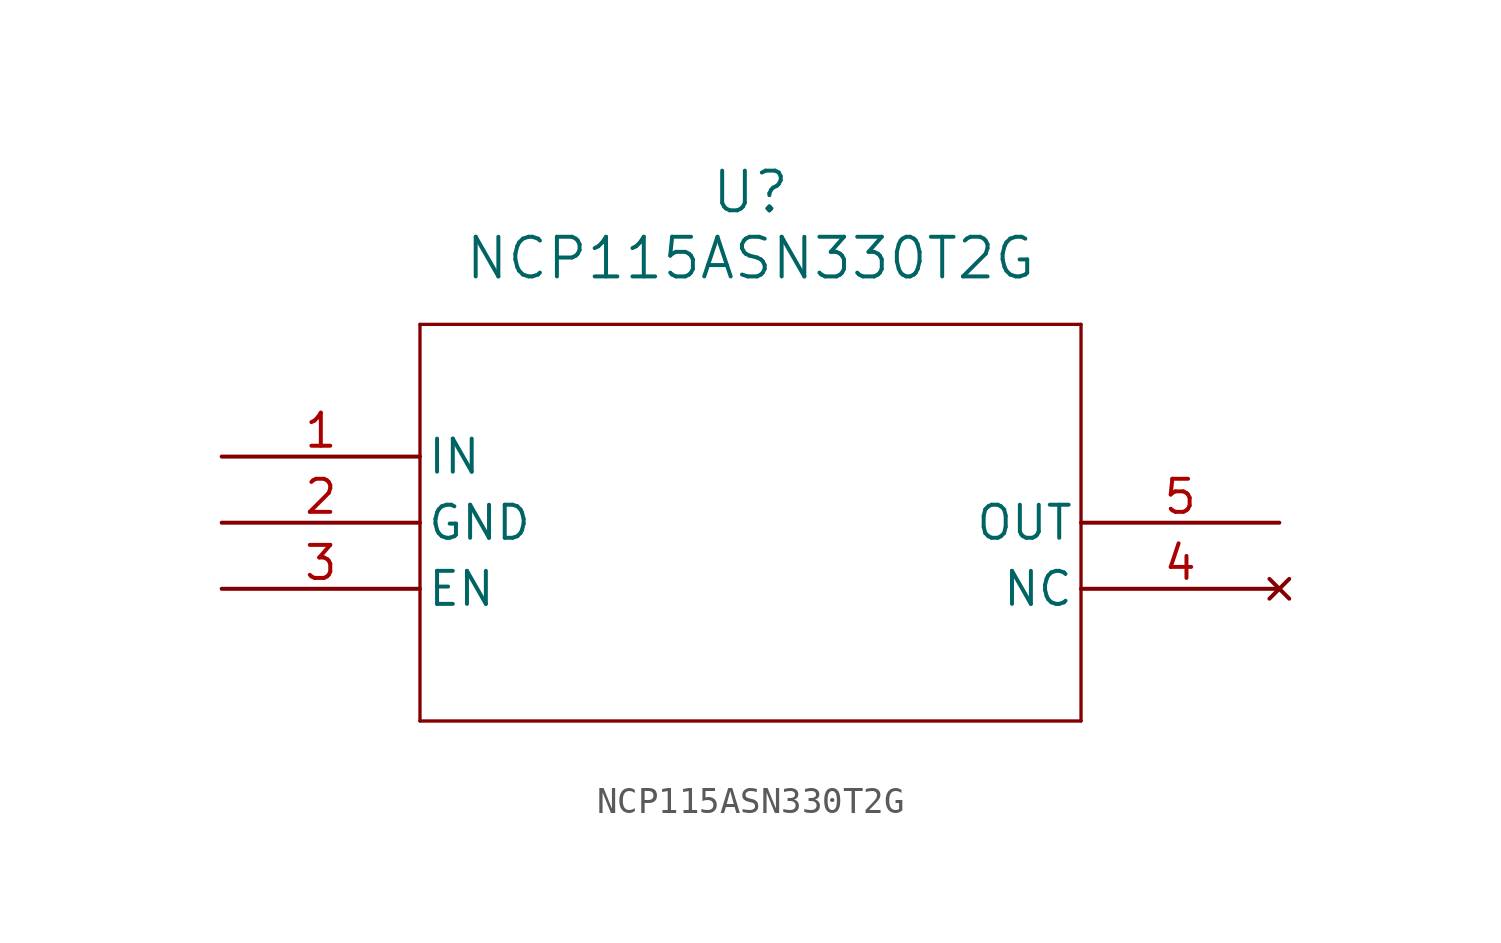
<source format=kicad_sym>
(kicad_symbol_lib
  (version 20211014)
  (generator kicad_symbol_editor)
  (symbol "NCP115ASN330T2G"
    (pin_names
      (offset 0.254))
    (property "Reference" "U"
      (at 20.32 10.16 0)
      (effects (font (size 1.524 1.524))))
    (property "Value" "NCP115ASN330T2G"
      (at 20.32 7.62 0)
      (effects (font (size 1.524 1.524))))
    (polyline
      (pts (xy 7.62 5.08) (xy 7.62 -10.16))
      (stroke (width 0.127) (type default) (color 0 0 0 0))
      (fill (type none)))
    (polyline
      (pts (xy 7.62 -10.16) (xy 33.02 -10.16))
      (stroke (width 0.127) (type default) (color 0 0 0 0))
      (fill (type none)))
    (polyline
      (pts (xy 33.02 -10.16) (xy 33.02 5.08))
      (stroke (width 0.127) (type default) (color 0 0 0 0))
      (fill (type none)))
    (polyline
      (pts (xy 33.02 5.08) (xy 7.62 5.08))
      (stroke (width 0.127) (type default) (color 0 0 0 0))
      (fill (type none)))
    (pin input line
      (at 0 0 0)
      (length 7.62)
      (name "IN" (effects (font (size 1.27 1.27))))
      (number "1" (effects (font (size 1.27 1.27)))))
    (pin power_out line
      (at 0 -2.54 0)
      (length 7.62)
      (name "GND" (effects (font (size 1.27 1.27))))
      (number "2" (effects (font (size 1.27 1.27)))))
    (pin unspecified line
      (at 0 -5.08 0)
      (length 7.62)
      (name "EN" (effects (font (size 1.27 1.27))))
      (number "3" (effects (font (size 1.27 1.27)))))
    (pin no_connect line
      (at 40.64 -5.08 180)
      (length 7.62)
      (name "NC" (effects (font (size 1.27 1.27))))
      (number "4" (effects (font (size 1.27 1.27)))))
    (pin output line
      (at 40.64 -2.54 180)
      (length 7.62)
      (name "OUT" (effects (font (size 1.27 1.27))))
      (number "5" (effects (font (size 1.27 1.27)))))))
</source>
